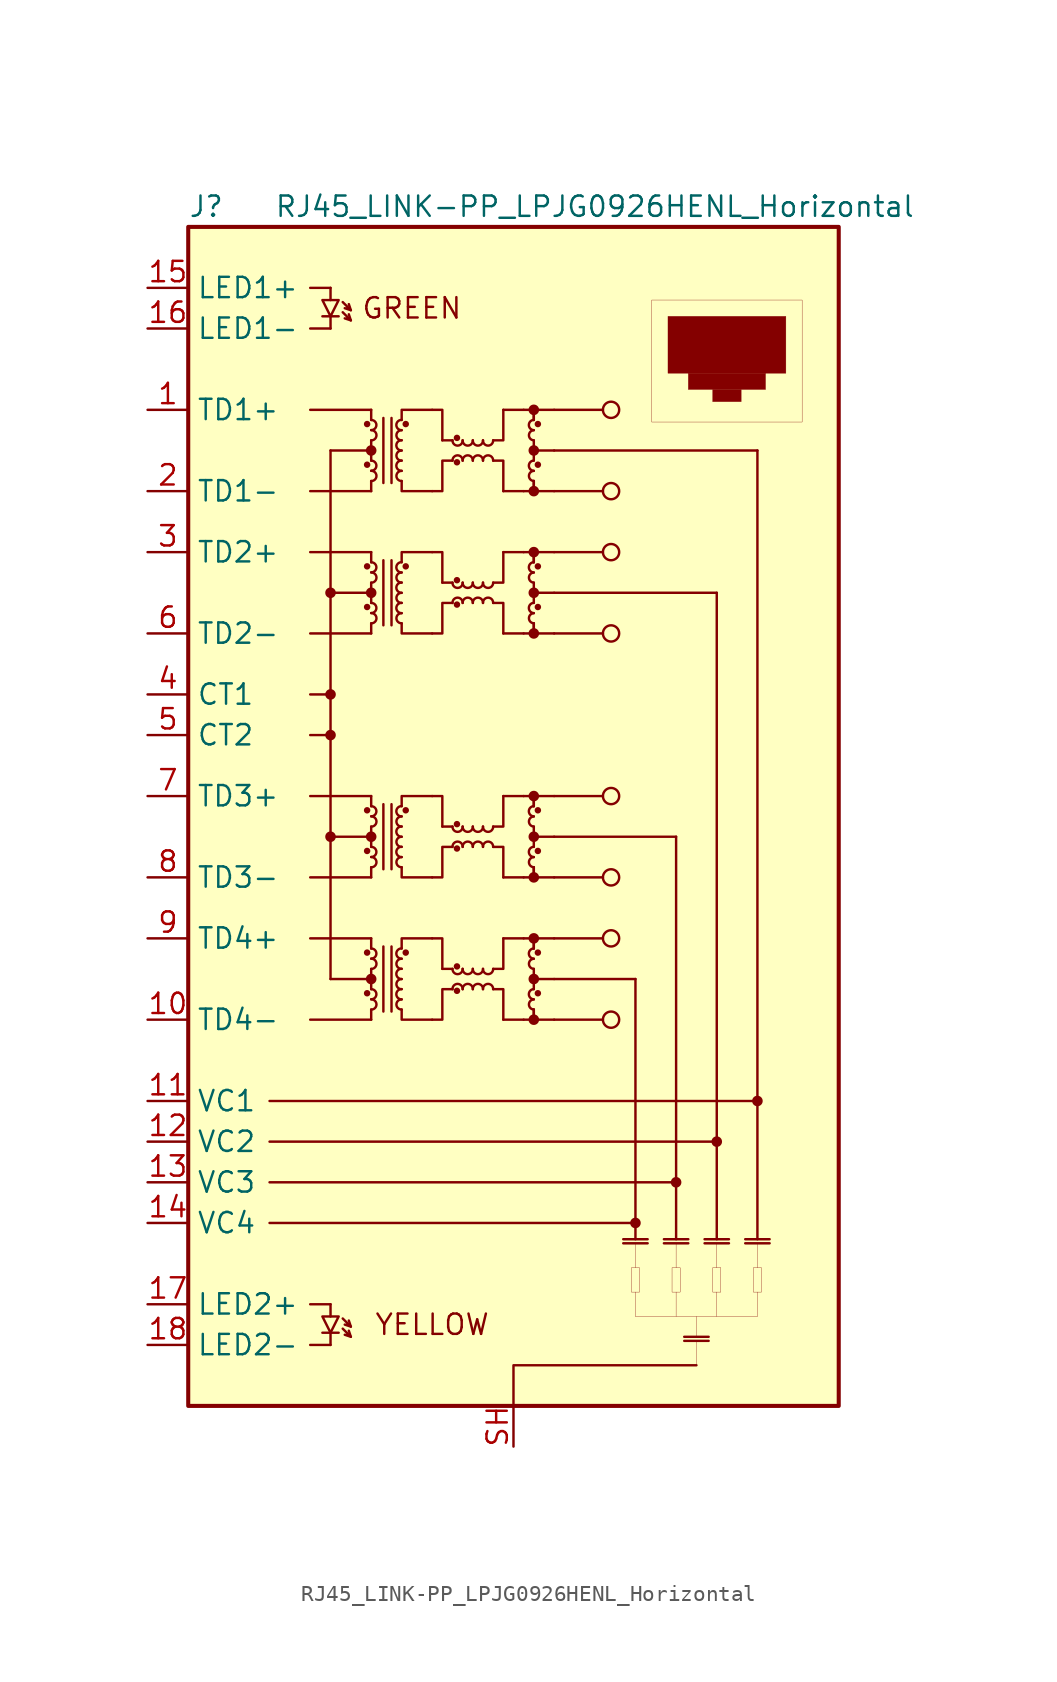
<source format=kicad_sym>
(kicad_symbol_lib
  (version 20201005)
  (generator kicad_symbol_editor)
  (symbol "LightBlue:RJ45_LINK-PP_LPJG0926HENL_Horizontal"
    (property "Reference" "J"
      (at -20.32 38.1 0)
      (effects (font (size 1.27 1.27)) (justify left)))
    (property "Value" "RJ45_LINK-PP_LPJG0926HENL_Horizontal"
      (at 5.08 38.1 0)
      (effects (font (size 1.27 1.27))))
    (symbol "RJ45_LINK-PP_LPJG0926HENL_Horizontal_0_0"
      (text "GREEN" (at -6.35 31.75 0) (effects (font (size 1.27 1.27))))
      (text "YELLOW" (at -5.08 -31.75 0) (effects (font (size 1.27 1.27))))
      (rectangle (start 7.366 -28.194) (end 7.874 -29.718) (stroke (width 0.001)) (fill (type none)))
      (rectangle (start 9.906 -28.194) (end 10.414 -29.718) (stroke (width 0.001)) (fill (type none)))
      (rectangle (start 12.446 -28.194) (end 12.954 -29.718) (stroke (width 0.001)) (fill (type none)))
      (rectangle (start 14.986 -28.194) (end 15.494 -29.718) (stroke (width 0.001)) (fill (type none)))
      (rectangle (start 9.652 31.242) (end 17.018 27.686) (stroke (width 0.001)) (fill (type outline)))
      (rectangle (start 10.922 27.686) (end 15.748 26.67) (stroke (width 0.001)) (fill (type outline)))
      (rectangle (start 12.446 26.67) (end 14.224 25.908) (stroke (width 0.001)) (fill (type outline)))
      (rectangle (start 8.636 32.258) (end 18.034 24.638) (stroke (width 0.001)) (fill (type none)))
      (polyline (pts (xy 7.62 -29.718) (xy 7.62 -31.242)) (stroke (width 0.001)) (fill (type none)))
      (polyline (pts (xy 7.62 -31.242) (xy 15.24 -31.242)) (stroke (width 0.001)) (fill (type none)))
      (polyline (pts (xy 11.43 -32.512) (xy 11.43 -31.242)) (stroke (width 0.001)) (fill (type none)))
      (polyline (pts (xy 10.16 -29.718) (xy 10.16 -31.242)) (stroke (width 0.001)) (fill (type none)))
      (polyline (pts (xy 12.7 -29.718) (xy 12.7 -31.242)) (stroke (width 0.001)) (fill (type none)))
      (polyline (pts (xy 15.24 -29.718) (xy 15.24 -31.242)) (stroke (width 0.001)) (fill (type none)))
      (polyline (pts (xy 15.24 -26.67) (xy 15.24 -28.194)) (stroke (width 0.001)) (fill (type none)))
      (polyline (pts (xy 10.16 -26.67) (xy 10.16 -28.194)) (stroke (width 0.001)) (fill (type none)))
      (polyline (pts (xy 12.7 -26.67) (xy 12.7 -28.194)) (stroke (width 0.001)) (fill (type none)))
      (polyline (pts (xy 7.62 -26.67) (xy 7.62 -28.194)) (stroke (width 0.001)) (fill (type none)))
      (polyline (pts (xy 11.43 -34.29) (xy 11.43 -32.766)) (stroke (width 0.001)) (fill (type none))))
    (symbol "RJ45_LINK-PP_LPJG0926HENL_Horizontal_0_1"
      (arc (start -8.89 -12.065) (end -8.89 -11.43) (radius (at -8.89 -11.7602) (length 0.3048) (angles -89.9 89.9)) (stroke (width 0)) (fill (type none)))
      (arc (start -8.89 -11.43) (end -8.89 -10.795) (radius (at -8.89 -11.1252) (length 0.3048) (angles -89.9 89.9)) (stroke (width 0)) (fill (type none)))
      (arc (start -8.89 -9.525) (end -8.89 -8.89) (radius (at -8.89 -9.2202) (length 0.3048) (angles -89.9 89.9)) (stroke (width 0)) (fill (type none)))
      (arc (start -8.89 -8.89) (end -8.89 -8.255) (radius (at -8.89 -8.5852) (length 0.3048) (angles -89.9 89.9)) (stroke (width 0)) (fill (type none)))
      (arc (start -8.89 -3.175) (end -8.89 -2.54) (radius (at -8.89 -2.8702) (length 0.3048) (angles -89.9 89.9)) (stroke (width 0)) (fill (type none)))
      (arc (start -8.89 -2.54) (end -8.89 -1.905) (radius (at -8.89 -2.2352) (length 0.3048) (angles -89.9 89.9)) (stroke (width 0)) (fill (type none)))
      (arc (start -8.89 -0.635) (end -8.89 0) (radius (at -8.89 -0.3302) (length 0.3048) (angles -89.9 89.9)) (stroke (width 0)) (fill (type none)))
      (arc (start -8.89 0) (end -8.89 0.635) (radius (at -8.89 0.3048) (length 0.3048) (angles -89.9 89.9)) (stroke (width 0)) (fill (type none)))
      (arc (start -8.89 12.065) (end -8.89 12.7) (radius (at -8.89 12.3698) (length 0.3048) (angles -89.9 89.9)) (stroke (width 0)) (fill (type none)))
      (arc (start -8.89 12.7) (end -8.89 13.335) (radius (at -8.89 13.0048) (length 0.3048) (angles -89.9 89.9)) (stroke (width 0)) (fill (type none)))
      (arc (start -8.89 14.605) (end -8.89 15.24) (radius (at -8.89 14.9098) (length 0.3048) (angles -89.9 89.9)) (stroke (width 0)) (fill (type none)))
      (arc (start -8.89 15.24) (end -8.89 15.875) (radius (at -8.89 15.5448) (length 0.3048) (angles -89.9 89.9)) (stroke (width 0)) (fill (type none)))
      (arc (start -8.89 20.955) (end -8.89 21.59) (radius (at -8.89 21.2598) (length 0.3048) (angles -89.9 89.9)) (stroke (width 0)) (fill (type none)))
      (arc (start -8.89 21.59) (end -8.89 22.225) (radius (at -8.89 21.8948) (length 0.3048) (angles -89.9 89.9)) (stroke (width 0)) (fill (type none)))
      (arc (start -8.89 23.495) (end -8.89 24.13) (radius (at -8.89 23.7998) (length 0.3048) (angles -89.9 89.9)) (stroke (width 0)) (fill (type none)))
      (arc (start -8.89 24.13) (end -8.89 24.765) (radius (at -8.89 24.4348) (length 0.3048) (angles -89.9 89.9)) (stroke (width 0)) (fill (type none)))
      (arc (start -6.985 -11.43) (end -6.985 -12.065) (radius (at -6.985 -11.7348) (length 0.3048) (angles 90.1 -90.1)) (stroke (width 0)) (fill (type none)))
      (arc (start -6.985 -10.795) (end -6.985 -11.43) (radius (at -6.985 -11.0998) (length 0.3048) (angles 90.1 -90.1)) (stroke (width 0)) (fill (type none)))
      (arc (start -6.985 -10.16) (end -6.985 -10.795) (radius (at -6.985 -10.4648) (length 0.3048) (angles 90.1 -90.1)) (stroke (width 0)) (fill (type none)))
      (arc (start -6.985 -9.525) (end -6.985 -10.16) (radius (at -6.985 -9.8298) (length 0.3048) (angles 90.1 -90.1)) (stroke (width 0)) (fill (type none)))
      (arc (start -6.985 -8.89) (end -6.985 -9.525) (radius (at -6.985 -9.1948) (length 0.3048) (angles 90.1 -90.1)) (stroke (width 0)) (fill (type none)))
      (arc (start -6.985 -8.255) (end -6.985 -8.89) (radius (at -6.985 -8.5598) (length 0.3048) (angles 90.1 -90.1)) (stroke (width 0)) (fill (type none)))
      (arc (start -6.985 -2.54) (end -6.985 -3.175) (radius (at -6.985 -2.8448) (length 0.3048) (angles 90.1 -90.1)) (stroke (width 0)) (fill (type none)))
      (arc (start -6.985 -1.905) (end -6.985 -2.54) (radius (at -6.985 -2.2098) (length 0.3048) (angles 90.1 -90.1)) (stroke (width 0)) (fill (type none)))
      (arc (start -6.985 -1.27) (end -6.985 -1.905) (radius (at -6.985 -1.5748) (length 0.3048) (angles 90.1 -90.1)) (stroke (width 0)) (fill (type none)))
      (arc (start -6.985 -0.635) (end -6.985 -1.27) (radius (at -6.985 -0.9398) (length 0.3048) (angles 90.1 -90.1)) (stroke (width 0)) (fill (type none)))
      (arc (start -6.985 0) (end -6.985 -0.635) (radius (at -6.985 -0.3048) (length 0.3048) (angles 90.1 -90.1)) (stroke (width 0)) (fill (type none)))
      (arc (start -6.985 0.635) (end -6.985 0) (radius (at -6.985 0.3302) (length 0.3048) (angles 90.1 -90.1)) (stroke (width 0)) (fill (type none)))
      (arc (start -6.985 12.7) (end -6.985 12.065) (radius (at -6.985 12.3952) (length 0.3048) (angles 90.1 -90.1)) (stroke (width 0)) (fill (type none)))
      (arc (start -6.985 13.335) (end -6.985 12.7) (radius (at -6.985 13.0302) (length 0.3048) (angles 90.1 -90.1)) (stroke (width 0)) (fill (type none)))
      (arc (start -6.985 13.97) (end -6.985 13.335) (radius (at -6.985 13.6652) (length 0.3048) (angles 90.1 -90.1)) (stroke (width 0)) (fill (type none)))
      (arc (start -6.985 14.605) (end -6.985 13.97) (radius (at -6.985 14.3002) (length 0.3048) (angles 90.1 -90.1)) (stroke (width 0)) (fill (type none)))
      (arc (start -6.985 15.24) (end -6.985 14.605) (radius (at -6.985 14.9352) (length 0.3048) (angles 90.1 -90.1)) (stroke (width 0)) (fill (type none)))
      (arc (start -6.985 15.875) (end -6.985 15.24) (radius (at -6.985 15.5702) (length 0.3048) (angles 90.1 -90.1)) (stroke (width 0)) (fill (type none)))
      (arc (start -6.985 21.59) (end -6.985 20.955) (radius (at -6.985 21.2852) (length 0.3048) (angles 90.1 -90.1)) (stroke (width 0)) (fill (type none)))
      (arc (start -6.985 22.225) (end -6.985 21.59) (radius (at -6.985 21.9202) (length 0.3048) (angles 90.1 -90.1)) (stroke (width 0)) (fill (type none)))
      (arc (start -6.985 22.86) (end -6.985 22.225) (radius (at -6.985 22.5552) (length 0.3048) (angles 90.1 -90.1)) (stroke (width 0)) (fill (type none)))
      (arc (start -6.985 23.495) (end -6.985 22.86) (radius (at -6.985 23.1902) (length 0.3048) (angles 90.1 -90.1)) (stroke (width 0)) (fill (type none)))
      (arc (start -6.985 24.13) (end -6.985 23.495) (radius (at -6.985 23.8252) (length 0.3048) (angles 90.1 -90.1)) (stroke (width 0)) (fill (type none)))
      (arc (start -6.985 24.765) (end -6.985 24.13) (radius (at -6.985 24.4602) (length 0.3048) (angles 90.1 -90.1)) (stroke (width 0)) (fill (type none)))
      (arc (start -3.81 -9.525) (end -3.175 -9.525) (radius (at -3.5052 -9.525) (length 0.3048) (angles -179.9 -0.1)) (stroke (width 0)) (fill (type none)))
      (arc (start -3.81 -0.635) (end -3.175 -0.635) (radius (at -3.5052 -0.635) (length 0.3048) (angles -179.9 -0.1)) (stroke (width 0)) (fill (type none)))
      (arc (start -3.81 14.605) (end -3.175 14.605) (radius (at -3.5052 14.605) (length 0.3048) (angles -179.9 -0.1)) (stroke (width 0)) (fill (type none)))
      (arc (start -3.81 23.495) (end -3.175 23.495) (radius (at -3.5052 23.495) (length 0.3048) (angles -179.9 -0.1)) (stroke (width 0)) (fill (type none)))
      (arc (start -3.175 -10.795) (end -3.81 -10.795) (radius (at -3.4798 -10.795) (length 0.3048) (angles 0.1 179.9)) (stroke (width 0)) (fill (type none)))
      (arc (start -3.175 -1.905) (end -3.81 -1.905) (radius (at -3.4798 -1.905) (length 0.3048) (angles 0.1 179.9)) (stroke (width 0)) (fill (type none)))
      (arc (start -3.175 13.335) (end -3.81 13.335) (radius (at -3.4798 13.335) (length 0.3048) (angles 0.1 179.9)) (stroke (width 0)) (fill (type none)))
      (arc (start -3.175 22.225) (end -3.81 22.225) (radius (at -3.4798 22.225) (length 0.3048) (angles 0.1 179.9)) (stroke (width 0)) (fill (type none)))
      (arc (start -3.175 -9.525) (end -2.54 -9.525) (radius (at -2.8702 -9.525) (length 0.3048) (angles -179.9 -0.1)) (stroke (width 0)) (fill (type none)))
      (arc (start -3.175 -0.635) (end -2.54 -0.635) (radius (at -2.8702 -0.635) (length 0.3048) (angles -179.9 -0.1)) (stroke (width 0)) (fill (type none)))
      (arc (start -3.175 14.605) (end -2.54 14.605) (radius (at -2.8702 14.605) (length 0.3048) (angles -179.9 -0.1)) (stroke (width 0)) (fill (type none)))
      (arc (start -3.175 23.495) (end -2.54 23.495) (radius (at -2.8702 23.495) (length 0.3048) (angles -179.9 -0.1)) (stroke (width 0)) (fill (type none)))
      (arc (start -2.54 -10.795) (end -3.175 -10.795) (radius (at -2.8448 -10.795) (length 0.3048) (angles 0.1 179.9)) (stroke (width 0)) (fill (type none)))
      (arc (start -2.54 -1.905) (end -3.175 -1.905) (radius (at -2.8448 -1.905) (length 0.3048) (angles 0.1 179.9)) (stroke (width 0)) (fill (type none)))
      (arc (start -2.54 13.335) (end -3.175 13.335) (radius (at -2.8448 13.335) (length 0.3048) (angles 0.1 179.9)) (stroke (width 0)) (fill (type none)))
      (arc (start -2.54 22.225) (end -3.175 22.225) (radius (at -2.8448 22.225) (length 0.3048) (angles 0.1 179.9)) (stroke (width 0)) (fill (type none)))
      (arc (start -2.54 -9.525) (end -1.905 -9.525) (radius (at -2.2352 -9.525) (length 0.3048) (angles -179.9 -0.1)) (stroke (width 0)) (fill (type none)))
      (arc (start -2.54 -0.635) (end -1.905 -0.635) (radius (at -2.2352 -0.635) (length 0.3048) (angles -179.9 -0.1)) (stroke (width 0)) (fill (type none)))
      (arc (start -2.54 14.605) (end -1.905 14.605) (radius (at -2.2352 14.605) (length 0.3048) (angles -179.9 -0.1)) (stroke (width 0)) (fill (type none)))
      (arc (start -2.54 23.495) (end -1.905 23.495) (radius (at -2.2352 23.495) (length 0.3048) (angles -179.9 -0.1)) (stroke (width 0)) (fill (type none)))
      (arc (start -1.905 -10.795) (end -2.54 -10.795) (radius (at -2.2098 -10.795) (length 0.3048) (angles 0.1 179.9)) (stroke (width 0)) (fill (type none)))
      (arc (start -1.905 -1.905) (end -2.54 -1.905) (radius (at -2.2098 -1.905) (length 0.3048) (angles 0.1 179.9)) (stroke (width 0)) (fill (type none)))
      (arc (start -1.905 13.335) (end -2.54 13.335) (radius (at -2.2098 13.335) (length 0.3048) (angles 0.1 179.9)) (stroke (width 0)) (fill (type none)))
      (arc (start -1.905 22.225) (end -2.54 22.225) (radius (at -2.2098 22.225) (length 0.3048) (angles 0.1 179.9)) (stroke (width 0)) (fill (type none)))
      (arc (start -1.905 -9.525) (end -1.27 -9.525) (radius (at -1.6002 -9.525) (length 0.3048) (angles -179.9 -0.1)) (stroke (width 0)) (fill (type none)))
      (arc (start -1.905 -0.635) (end -1.27 -0.635) (radius (at -1.6002 -0.635) (length 0.3048) (angles -179.9 -0.1)) (stroke (width 0)) (fill (type none)))
      (arc (start -1.905 14.605) (end -1.27 14.605) (radius (at -1.6002 14.605) (length 0.3048) (angles -179.9 -0.1)) (stroke (width 0)) (fill (type none)))
      (arc (start -1.905 23.495) (end -1.27 23.495) (radius (at -1.6002 23.495) (length 0.3048) (angles -179.9 -0.1)) (stroke (width 0)) (fill (type none)))
      (arc (start -1.27 -10.795) (end -1.905 -10.795) (radius (at -1.5748 -10.795) (length 0.3048) (angles 0.1 179.9)) (stroke (width 0)) (fill (type none)))
      (arc (start -1.27 -1.905) (end -1.905 -1.905) (radius (at -1.5748 -1.905) (length 0.3048) (angles 0.1 179.9)) (stroke (width 0)) (fill (type none)))
      (arc (start -1.27 13.335) (end -1.905 13.335) (radius (at -1.5748 13.335) (length 0.3048) (angles 0.1 179.9)) (stroke (width 0)) (fill (type none)))
      (arc (start -1.27 22.225) (end -1.905 22.225) (radius (at -1.5748 22.225) (length 0.3048) (angles 0.1 179.9)) (stroke (width 0)) (fill (type none)))
      (arc (start 1.27 -11.43) (end 1.27 -12.065) (radius (at 1.27 -11.7602) (length 0.3048) (angles 90.1 -90.1)) (stroke (width 0)) (fill (type none)))
      (arc (start 1.27 -10.795) (end 1.27 -11.43) (radius (at 1.27 -11.1252) (length 0.3048) (angles 90.1 -90.1)) (stroke (width 0)) (fill (type none)))
      (arc (start 1.27 -8.89) (end 1.27 -9.525) (radius (at 1.27 -9.2202) (length 0.3048) (angles 90.1 -90.1)) (stroke (width 0)) (fill (type none)))
      (arc (start 1.27 -8.255) (end 1.27 -8.89) (radius (at 1.27 -8.5852) (length 0.3048) (angles 90.1 -90.1)) (stroke (width 0)) (fill (type none)))
      (arc (start 1.27 -2.54) (end 1.27 -3.175) (radius (at 1.27 -2.8702) (length 0.3048) (angles 90.1 -90.1)) (stroke (width 0)) (fill (type none)))
      (arc (start 1.27 -1.905) (end 1.27 -2.54) (radius (at 1.27 -2.2352) (length 0.3048) (angles 90.1 -90.1)) (stroke (width 0)) (fill (type none)))
      (arc (start 1.27 0) (end 1.27 -0.635) (radius (at 1.27 -0.3302) (length 0.3048) (angles 90.1 -90.1)) (stroke (width 0)) (fill (type none)))
      (arc (start 1.27 0.635) (end 1.27 0) (radius (at 1.27 0.3048) (length 0.3048) (angles 90.1 -90.1)) (stroke (width 0)) (fill (type none)))
      (arc (start 1.27 12.7) (end 1.27 12.065) (radius (at 1.27 12.3698) (length 0.3048) (angles 90.1 -90.1)) (stroke (width 0)) (fill (type none)))
      (arc (start 1.27 13.335) (end 1.27 12.7) (radius (at 1.27 13.0048) (length 0.3048) (angles 90.1 -90.1)) (stroke (width 0)) (fill (type none)))
      (arc (start 1.27 15.24) (end 1.27 14.605) (radius (at 1.27 14.9098) (length 0.3048) (angles 90.1 -90.1)) (stroke (width 0)) (fill (type none)))
      (arc (start 1.27 15.875) (end 1.27 15.24) (radius (at 1.27 15.5448) (length 0.3048) (angles 90.1 -90.1)) (stroke (width 0)) (fill (type none)))
      (arc (start 1.27 21.59) (end 1.27 20.955) (radius (at 1.27 21.2598) (length 0.3048) (angles 90.1 -90.1)) (stroke (width 0)) (fill (type none)))
      (arc (start 1.27 22.225) (end 1.27 21.59) (radius (at 1.27 21.8948) (length 0.3048) (angles 90.1 -90.1)) (stroke (width 0)) (fill (type none)))
      (arc (start 1.27 24.13) (end 1.27 23.495) (radius (at 1.27 23.7998) (length 0.3048) (angles 90.1 -90.1)) (stroke (width 0)) (fill (type none)))
      (arc (start 1.27 24.765) (end 1.27 24.13) (radius (at 1.27 24.4348) (length 0.3048) (angles 90.1 -90.1)) (stroke (width 0)) (fill (type none)))
      (circle (center -9.144 -11.049) (radius 0.127) (stroke (width 0)) (fill (type outline)))
      (circle (center -9.144 -8.509) (radius 0.127) (stroke (width 0)) (fill (type outline)))
      (circle (center -9.144 -2.159) (radius 0.127) (stroke (width 0)) (fill (type outline)))
      (circle (center -9.144 0.381) (radius 0.127) (stroke (width 0)) (fill (type outline)))
      (circle (center -9.144 13.081) (radius 0.127) (stroke (width 0)) (fill (type outline)))
      (circle (center -9.144 15.621) (radius 0.127) (stroke (width 0)) (fill (type outline)))
      (circle (center -9.144 21.971) (radius 0.127) (stroke (width 0)) (fill (type outline)))
      (circle (center -9.144 24.511) (radius 0.127) (stroke (width 0)) (fill (type outline)))
      (circle (center -8.89 -10.16) (radius 0.254) (stroke (width 0)) (fill (type outline)))
      (circle (center -8.89 -1.27) (radius 0.254) (stroke (width 0)) (fill (type outline)))
      (circle (center -8.89 13.97) (radius 0.254) (stroke (width 0)) (fill (type outline)))
      (circle (center -8.89 22.86) (radius 0.254) (stroke (width 0)) (fill (type outline)))
      (circle (center -6.731 -8.509) (radius 0.127) (stroke (width 0)) (fill (type outline)))
      (circle (center -6.731 0.381) (radius 0.127) (stroke (width 0)) (fill (type outline)))
      (circle (center -6.731 15.621) (radius 0.127) (stroke (width 0)) (fill (type outline)))
      (circle (center -6.731 24.511) (radius 0.127) (stroke (width 0)) (fill (type outline)))
      (circle (center -3.531 -10.897) (radius 0.127) (stroke (width 0)) (fill (type outline)))
      (circle (center -3.531 -9.373) (radius 0.127) (stroke (width 0)) (fill (type outline)))
      (circle (center -3.531 -2.007) (radius 0.127) (stroke (width 0)) (fill (type outline)))
      (circle (center -3.531 -0.483) (radius 0.127) (stroke (width 0)) (fill (type outline)))
      (circle (center -3.531 13.233) (radius 0.127) (stroke (width 0)) (fill (type outline)))
      (circle (center -3.531 14.757) (radius 0.127) (stroke (width 0)) (fill (type outline)))
      (circle (center -3.531 22.123) (radius 0.127) (stroke (width 0)) (fill (type outline)))
      (circle (center -3.531 23.647) (radius 0.127) (stroke (width 0)) (fill (type outline)))
      (circle (center 1.27 -12.7) (radius 0.254) (stroke (width 0)) (fill (type outline)))
      (circle (center 1.27 -10.16) (radius 0.254) (stroke (width 0)) (fill (type outline)))
      (circle (center 1.27 -7.62) (radius 0.254) (stroke (width 0)) (fill (type outline)))
      (circle (center 1.27 -3.81) (radius 0.254) (stroke (width 0)) (fill (type outline)))
      (circle (center 1.27 -1.27) (radius 0.254) (stroke (width 0)) (fill (type outline)))
      (circle (center 1.27 1.27) (radius 0.254) (stroke (width 0)) (fill (type outline)))
      (circle (center 1.27 11.43) (radius 0.254) (stroke (width 0)) (fill (type outline)))
      (circle (center 1.27 13.97) (radius 0.254) (stroke (width 0)) (fill (type outline)))
      (circle (center 1.27 16.51) (radius 0.254) (stroke (width 0)) (fill (type outline)))
      (circle (center 1.27 20.32) (radius 0.254) (stroke (width 0)) (fill (type outline)))
      (circle (center 1.27 22.86) (radius 0.254) (stroke (width 0)) (fill (type outline)))
      (circle (center 1.27 25.4) (radius 0.254) (stroke (width 0)) (fill (type outline)))
      (circle (center 1.524 -11.049) (radius 0.127) (stroke (width 0)) (fill (type outline)))
      (circle (center 1.524 -8.509) (radius 0.127) (stroke (width 0)) (fill (type outline)))
      (circle (center 1.524 -2.159) (radius 0.127) (stroke (width 0)) (fill (type outline)))
      (circle (center 1.524 0.381) (radius 0.127) (stroke (width 0)) (fill (type outline)))
      (circle (center 1.524 13.081) (radius 0.127) (stroke (width 0)) (fill (type outline)))
      (circle (center 1.524 15.621) (radius 0.127) (stroke (width 0)) (fill (type outline)))
      (circle (center 1.524 21.971) (radius 0.127) (stroke (width 0)) (fill (type outline)))
      (circle (center 1.524 24.511) (radius 0.127) (stroke (width 0)) (fill (type outline)))
      (circle (center 6.096 -12.7) (radius 0.508) (stroke (width 0)) (fill (type none)))
      (circle (center 6.096 -7.62) (radius 0.508) (stroke (width 0)) (fill (type none)))
      (circle (center 6.096 -3.81) (radius 0.508) (stroke (width 0)) (fill (type none)))
      (circle (center 6.096 1.27) (radius 0.508) (stroke (width 0)) (fill (type none)))
      (circle (center 6.096 11.43) (radius 0.508) (stroke (width 0)) (fill (type none)))
      (circle (center 6.096 16.51) (radius 0.508) (stroke (width 0)) (fill (type none)))
      (circle (center 6.096 20.32) (radius 0.508) (stroke (width 0)) (fill (type none)))
      (circle (center 6.096 25.4) (radius 0.508) (stroke (width 0)) (fill (type none)))
      (circle (center 7.62 -25.4) (radius 0.254) (stroke (width 0)) (fill (type outline)))
      (circle (center 10.16 -22.86) (radius 0.254) (stroke (width 0)) (fill (type outline)))
      (circle (center 12.7 -20.32) (radius 0.254) (stroke (width 0)) (fill (type outline)))
      (circle (center 15.24 -17.78) (radius 0.254) (stroke (width 0)) (fill (type outline)))
      (circle (center -11.43 -1.27) (radius 0.254) (stroke (width 0)) (fill (type outline)))
      (circle (center -11.43 13.97) (radius 0.254) (stroke (width 0)) (fill (type outline)))
      (circle (center -11.43 7.62) (radius 0.254) (stroke (width 0)) (fill (type outline)))
      (circle (center -11.43 5.08) (radius 0.254) (stroke (width 0)) (fill (type outline)))
      (rectangle (start -20.32 36.83) (end 20.32 -36.83) (stroke (width 0.254)) (fill (type background)))
      (polyline (pts (xy -12.7 -12.7) (xy -8.89 -12.7)) (stroke (width 0)) (fill (type none)))
      (polyline (pts (xy -12.7 5.08) (xy -11.43 5.08)) (stroke (width 0)) (fill (type none)))
      (polyline (pts (xy -12.7 -7.62) (xy -8.89 -7.62)) (stroke (width 0)) (fill (type none)))
      (polyline (pts (xy -12.7 -3.81) (xy -8.89 -3.81)) (stroke (width 0)) (fill (type none)))
      (polyline (pts (xy -12.7 7.62) (xy -11.43 7.62)) (stroke (width 0)) (fill (type none)))
      (polyline (pts (xy -12.7 1.27) (xy -8.89 1.27)) (stroke (width 0)) (fill (type none)))
      (polyline (pts (xy -12.7 11.43) (xy -8.89 11.43)) (stroke (width 0)) (fill (type none)))
      (polyline (pts (xy -12.7 16.51) (xy -8.89 16.51)) (stroke (width 0)) (fill (type none)))
      (polyline (pts (xy -12.7 20.32) (xy -8.89 20.32)) (stroke (width 0)) (fill (type none)))
      (polyline (pts (xy -12.7 25.4) (xy -8.89 25.4)) (stroke (width 0)) (fill (type none)))
      (polyline (pts (xy -11.43 -10.16) (xy -8.89 -10.16)) (stroke (width 0)) (fill (type none)))
      (polyline (pts (xy -11.43 -1.27) (xy -8.89 -1.27)) (stroke (width 0)) (fill (type none)))
      (polyline (pts (xy -11.43 13.97) (xy -8.89 13.97)) (stroke (width 0)) (fill (type none)))
      (polyline (pts (xy -11.43 22.86) (xy -8.89 22.86)) (stroke (width 0)) (fill (type none)))
      (polyline (pts (xy -8.89 -12.7) (xy -8.89 -12.065)) (stroke (width 0)) (fill (type none)))
      (polyline (pts (xy -8.89 -10.16) (xy -8.89 -10.795)) (stroke (width 0)) (fill (type none)))
      (polyline (pts (xy -8.89 -10.16) (xy -8.89 -9.525)) (stroke (width 0)) (fill (type none)))
      (polyline (pts (xy -8.89 -7.62) (xy -8.89 -8.255)) (stroke (width 0)) (fill (type none)))
      (polyline (pts (xy -8.89 -3.81) (xy -8.89 -3.175)) (stroke (width 0)) (fill (type none)))
      (polyline (pts (xy -8.89 -1.27) (xy -8.89 -1.905)) (stroke (width 0)) (fill (type none)))
      (polyline (pts (xy -8.89 -1.27) (xy -8.89 -0.635)) (stroke (width 0)) (fill (type none)))
      (polyline (pts (xy -8.89 1.27) (xy -8.89 0.635)) (stroke (width 0)) (fill (type none)))
      (polyline (pts (xy -8.89 11.43) (xy -8.89 12.065)) (stroke (width 0)) (fill (type none)))
      (polyline (pts (xy -8.89 13.97) (xy -8.89 13.335)) (stroke (width 0)) (fill (type none)))
      (polyline (pts (xy -8.89 13.97) (xy -8.89 14.605)) (stroke (width 0)) (fill (type none)))
      (polyline (pts (xy -8.89 16.51) (xy -8.89 15.875)) (stroke (width 0)) (fill (type none)))
      (polyline (pts (xy -8.89 20.32) (xy -8.89 20.955)) (stroke (width 0)) (fill (type none)))
      (polyline (pts (xy -8.89 22.86) (xy -8.89 22.225)) (stroke (width 0)) (fill (type none)))
      (polyline (pts (xy -8.89 22.86) (xy -8.89 23.495)) (stroke (width 0)) (fill (type none)))
      (polyline (pts (xy -8.89 25.4) (xy -8.89 24.765)) (stroke (width 0)) (fill (type none)))
      (polyline (pts (xy -8.128 -12.192) (xy -8.128 -8.128)) (stroke (width 0)) (fill (type none)))
      (polyline (pts (xy -8.128 -3.302) (xy -8.128 0.762)) (stroke (width 0)) (fill (type none)))
      (polyline (pts (xy -8.128 11.938) (xy -8.128 16.002)) (stroke (width 0)) (fill (type none)))
      (polyline (pts (xy -8.128 20.828) (xy -8.128 24.892)) (stroke (width 0)) (fill (type none)))
      (polyline (pts (xy -7.62 -12.192) (xy -7.62 -8.128)) (stroke (width 0)) (fill (type none)))
      (polyline (pts (xy -7.62 -3.302) (xy -7.62 0.762)) (stroke (width 0)) (fill (type none)))
      (polyline (pts (xy -7.62 11.938) (xy -7.62 16.002)) (stroke (width 0)) (fill (type none)))
      (polyline (pts (xy -7.62 20.828) (xy -7.62 24.892)) (stroke (width 0)) (fill (type none)))
      (polyline (pts (xy -4.445 -9.525) (xy -3.81 -9.525)) (stroke (width 0)) (fill (type none)))
      (polyline (pts (xy -4.445 -0.635) (xy -3.81 -0.635)) (stroke (width 0)) (fill (type none)))
      (polyline (pts (xy -4.445 14.605) (xy -3.81 14.605)) (stroke (width 0)) (fill (type none)))
      (polyline (pts (xy -4.445 23.495) (xy -3.81 23.495)) (stroke (width 0)) (fill (type none)))
      (polyline (pts (xy -0.635 -12.7) (xy 0.635 -12.7)) (stroke (width 0)) (fill (type none)))
      (polyline (pts (xy -0.635 -7.62) (xy 0.635 -7.62)) (stroke (width 0)) (fill (type none)))
      (polyline (pts (xy -0.635 -3.81) (xy 0.635 -3.81)) (stroke (width 0)) (fill (type none)))
      (polyline (pts (xy -0.635 1.27) (xy 0.635 1.27)) (stroke (width 0)) (fill (type none)))
      (polyline (pts (xy -0.635 11.43) (xy 0.635 11.43)) (stroke (width 0)) (fill (type none)))
      (polyline (pts (xy -0.635 16.51) (xy 0.635 16.51)) (stroke (width 0)) (fill (type none)))
      (polyline (pts (xy -0.635 20.32) (xy 0.635 20.32)) (stroke (width 0)) (fill (type none)))
      (polyline (pts (xy -0.635 25.4) (xy 0.635 25.4)) (stroke (width 0)) (fill (type none)))
      (polyline (pts (xy 1.27 -12.7) (xy 1.27 -12.065)) (stroke (width 0)) (fill (type none)))
      (polyline (pts (xy 1.27 -10.16) (xy 1.27 -10.795)) (stroke (width 0)) (fill (type none)))
      (polyline (pts (xy 1.27 -10.16) (xy 1.27 -9.525)) (stroke (width 0)) (fill (type none)))
      (polyline (pts (xy 1.27 -7.62) (xy 1.27 -8.255)) (stroke (width 0)) (fill (type none)))
      (polyline (pts (xy 1.27 -3.81) (xy 1.27 -3.175)) (stroke (width 0)) (fill (type none)))
      (polyline (pts (xy 1.27 -1.27) (xy 1.27 -1.905)) (stroke (width 0)) (fill (type none)))
      (polyline (pts (xy 1.27 -1.27) (xy 1.27 -0.635)) (stroke (width 0)) (fill (type none)))
      (polyline (pts (xy 1.27 1.27) (xy 1.27 0.635)) (stroke (width 0)) (fill (type none)))
      (polyline (pts (xy 1.27 11.43) (xy 1.27 12.065)) (stroke (width 0)) (fill (type none)))
      (polyline (pts (xy 1.27 13.97) (xy 1.27 13.335)) (stroke (width 0)) (fill (type none)))
      (polyline (pts (xy 1.27 13.97) (xy 1.27 14.605)) (stroke (width 0)) (fill (type none)))
      (polyline (pts (xy 1.27 16.51) (xy 1.27 15.875)) (stroke (width 0)) (fill (type none)))
      (polyline (pts (xy 1.27 20.32) (xy 1.27 20.955)) (stroke (width 0)) (fill (type none)))
      (polyline (pts (xy 1.27 22.86) (xy 1.27 22.225)) (stroke (width 0)) (fill (type none)))
      (polyline (pts (xy 1.27 22.86) (xy 1.27 23.495)) (stroke (width 0)) (fill (type none)))
      (polyline (pts (xy 1.27 25.4) (xy 1.27 24.765)) (stroke (width 0)) (fill (type none)))
      (polyline (pts (xy 8.382 -26.416) (xy 6.858 -26.416)) (stroke (width 0)) (fill (type none)))
      (polyline (pts (xy 2.54 -12.7) (xy 1.27 -12.7)) (stroke (width 0)) (fill (type none)))
      (polyline (pts (xy 2.54 -12.7) (xy 5.588 -12.7)) (stroke (width 0)) (fill (type none)))
      (polyline (pts (xy 2.54 -10.16) (xy 1.27 -10.16)) (stroke (width 0)) (fill (type none)))
      (polyline (pts (xy 2.54 -7.62) (xy 1.27 -7.62)) (stroke (width 0)) (fill (type none)))
      (polyline (pts (xy 2.54 -7.62) (xy 5.588 -7.62)) (stroke (width 0)) (fill (type none)))
      (polyline (pts (xy 2.54 -3.81) (xy 1.27 -3.81)) (stroke (width 0)) (fill (type none)))
      (polyline (pts (xy 2.54 -3.81) (xy 5.588 -3.81)) (stroke (width 0)) (fill (type none)))
      (polyline (pts (xy 2.54 -1.27) (xy 1.27 -1.27)) (stroke (width 0)) (fill (type none)))
      (polyline (pts (xy 2.54 1.27) (xy 1.27 1.27)) (stroke (width 0)) (fill (type none)))
      (polyline (pts (xy 2.54 1.27) (xy 5.588 1.27)) (stroke (width 0)) (fill (type none)))
      (polyline (pts (xy 2.54 11.43) (xy 1.27 11.43)) (stroke (width 0)) (fill (type none)))
      (polyline (pts (xy 2.54 11.43) (xy 5.588 11.43)) (stroke (width 0)) (fill (type none)))
      (polyline (pts (xy 2.54 13.97) (xy 1.27 13.97)) (stroke (width 0)) (fill (type none)))
      (polyline (pts (xy 2.54 16.51) (xy 1.27 16.51)) (stroke (width 0)) (fill (type none)))
      (polyline (pts (xy 2.54 16.51) (xy 5.588 16.51)) (stroke (width 0)) (fill (type none)))
      (polyline (pts (xy 2.54 20.32) (xy 1.27 20.32)) (stroke (width 0)) (fill (type none)))
      (polyline (pts (xy 2.54 20.32) (xy 5.588 20.32)) (stroke (width 0)) (fill (type none)))
      (polyline (pts (xy 2.54 22.86) (xy 1.27 22.86)) (stroke (width 0)) (fill (type none)))
      (polyline (pts (xy 2.54 25.4) (xy 1.27 25.4)) (stroke (width 0)) (fill (type none)))
      (polyline (pts (xy 2.54 25.4) (xy 5.588 25.4)) (stroke (width 0)) (fill (type none)))
      (polyline (pts (xy 2.54 -10.16) (xy 7.62 -10.16)) (stroke (width 0)) (fill (type none)))
      (polyline (pts (xy 2.54 -1.27) (xy 10.16 -1.27)) (stroke (width 0)) (fill (type none)))
      (polyline (pts (xy 2.54 13.97) (xy 12.7 13.97)) (stroke (width 0)) (fill (type none)))
      (polyline (pts (xy 7.62 -26.416) (xy 7.62 -10.16)) (stroke (width 0)) (fill (type none)))
      (polyline (pts (xy 15.24 22.86) (xy 2.54 22.86)) (stroke (width 0)) (fill (type none)))
      (polyline (pts (xy -6.985 -12.065) (xy -6.985 -12.7) (xy -5.08 -12.7)) (stroke (width 0)) (fill (type none)))
      (polyline (pts (xy -6.985 -8.255) (xy -6.985 -7.62) (xy -5.08 -7.62)) (stroke (width 0)) (fill (type none)))
      (polyline (pts (xy -6.985 -3.175) (xy -6.985 -3.81) (xy -5.08 -3.81)) (stroke (width 0)) (fill (type none)))
      (polyline (pts (xy -6.985 0.635) (xy -6.985 1.27) (xy -5.08 1.27)) (stroke (width 0)) (fill (type none)))
      (polyline (pts (xy -6.985 12.065) (xy -6.985 11.43) (xy -5.08 11.43)) (stroke (width 0)) (fill (type none)))
      (polyline (pts (xy -6.985 15.875) (xy -6.985 16.51) (xy -5.08 16.51)) (stroke (width 0)) (fill (type none)))
      (polyline (pts (xy -6.985 20.955) (xy -6.985 20.32) (xy -5.08 20.32)) (stroke (width 0)) (fill (type none)))
      (polyline (pts (xy -6.985 24.765) (xy -6.985 25.4) (xy -5.08 25.4)) (stroke (width 0)) (fill (type none)))
      (polyline (pts (xy -5.08 -7.62) (xy -4.445 -7.62) (xy -4.445 -9.525)) (stroke (width 0)) (fill (type none)))
      (polyline (pts (xy -5.08 1.27) (xy -4.445 1.27) (xy -4.445 -0.635)) (stroke (width 0)) (fill (type none)))
      (polyline (pts (xy -5.08 16.51) (xy -4.445 16.51) (xy -4.445 14.605)) (stroke (width 0)) (fill (type none)))
      (polyline (pts (xy -5.08 25.4) (xy -4.445 25.4) (xy -4.445 23.495)) (stroke (width 0)) (fill (type none)))
      (polyline (pts (xy -1.27 -10.795) (xy -0.635 -10.795) (xy -0.635 -12.7)) (stroke (width 0)) (fill (type none)))
      (polyline (pts (xy -1.27 -9.525) (xy -0.635 -9.525) (xy -0.635 -7.62)) (stroke (width 0)) (fill (type none)))
      (polyline (pts (xy -1.27 -1.905) (xy -0.635 -1.905) (xy -0.635 -3.81)) (stroke (width 0)) (fill (type none)))
      (polyline (pts (xy -1.27 -0.635) (xy -0.635 -0.635) (xy -0.635 1.27)) (stroke (width 0)) (fill (type none)))
      (polyline (pts (xy -1.27 13.335) (xy -0.635 13.335) (xy -0.635 11.43)) (stroke (width 0)) (fill (type none)))
      (polyline (pts (xy -1.27 14.605) (xy -0.635 14.605) (xy -0.635 16.51)) (stroke (width 0)) (fill (type none)))
      (polyline (pts (xy -1.27 22.225) (xy -0.635 22.225) (xy -0.635 20.32)) (stroke (width 0)) (fill (type none)))
      (polyline (pts (xy -1.27 23.495) (xy -0.635 23.495) (xy -0.635 25.4)) (stroke (width 0)) (fill (type none)))
      (polyline (pts (xy 0.635 -12.7) (xy 1.27 -12.7) (xy 1.27 -12.065)) (stroke (width 0)) (fill (type none)))
      (polyline (pts (xy 0.635 -7.62) (xy 1.27 -7.62) (xy 1.27 -8.255)) (stroke (width 0)) (fill (type none)))
      (polyline (pts (xy 0.635 -3.81) (xy 1.27 -3.81) (xy 1.27 -3.175)) (stroke (width 0)) (fill (type none)))
      (polyline (pts (xy 0.635 1.27) (xy 1.27 1.27) (xy 1.27 0.635)) (stroke (width 0)) (fill (type none)))
      (polyline (pts (xy 0.635 11.43) (xy 1.27 11.43) (xy 1.27 12.065)) (stroke (width 0)) (fill (type none)))
      (polyline (pts (xy 0.635 16.51) (xy 1.27 16.51) (xy 1.27 15.875)) (stroke (width 0)) (fill (type none)))
      (polyline (pts (xy 0.635 20.32) (xy 1.27 20.32) (xy 1.27 20.955)) (stroke (width 0)) (fill (type none)))
      (polyline (pts (xy 0.635 25.4) (xy 1.27 25.4) (xy 1.27 24.765)) (stroke (width 0)) (fill (type none)))
      (polyline (pts (xy 11.43 -34.29) (xy 0 -34.29) (xy 0 -36.83)) (stroke (width 0)) (fill (type none)))
      (polyline (pts (xy -5.08 -12.7) (xy -4.445 -12.7) (xy -4.445 -10.795) (xy -3.81 -10.795)) (stroke (width 0)) (fill (type none)))
      (polyline (pts (xy -5.08 -3.81) (xy -4.445 -3.81) (xy -4.445 -1.905) (xy -3.81 -1.905)) (stroke (width 0)) (fill (type none)))
      (polyline (pts (xy -5.08 11.43) (xy -4.445 11.43) (xy -4.445 13.335) (xy -3.81 13.335)) (stroke (width 0)) (fill (type none)))
      (polyline (pts (xy -5.08 20.32) (xy -4.445 20.32) (xy -4.445 22.225) (xy -3.81 22.225)) (stroke (width 0)) (fill (type none)))
      (polyline (pts (xy 8.382 -26.67) (xy 6.858 -26.67)) (stroke (width 0)) (fill (type none)))
      (polyline (pts (xy 10.16 -26.416) (xy 10.16 -1.27)) (stroke (width 0)) (fill (type none)))
      (polyline (pts (xy 12.7 -26.416) (xy 12.7 13.97)) (stroke (width 0)) (fill (type none)))
      (polyline (pts (xy 15.24 -26.416) (xy 15.24 22.86)) (stroke (width 0)) (fill (type none)))
      (polyline (pts (xy 10.922 -26.416) (xy 9.398 -26.416)) (stroke (width 0)) (fill (type none)))
      (polyline (pts (xy 10.922 -26.67) (xy 9.398 -26.67)) (stroke (width 0)) (fill (type none)))
      (polyline (pts (xy 13.462 -26.416) (xy 11.938 -26.416)) (stroke (width 0)) (fill (type none)))
      (polyline (pts (xy 13.462 -26.67) (xy 11.938 -26.67)) (stroke (width 0)) (fill (type none)))
      (polyline (pts (xy 16.002 -26.416) (xy 14.478 -26.416)) (stroke (width 0)) (fill (type none)))
      (polyline (pts (xy 16.002 -26.67) (xy 14.478 -26.67)) (stroke (width 0)) (fill (type none)))
      (polyline (pts (xy -15.24 -17.78) (xy 15.24 -17.78)) (stroke (width 0)) (fill (type none)))
      (polyline (pts (xy -15.24 -20.32) (xy 12.7 -20.32)) (stroke (width 0)) (fill (type none)))
      (polyline (pts (xy -15.24 -22.86) (xy 10.16 -22.86)) (stroke (width 0)) (fill (type none)))
      (polyline (pts (xy -15.24 -25.4) (xy 7.62 -25.4)) (stroke (width 0)) (fill (type none)))
      (polyline (pts (xy 12.192 -32.766) (xy 10.668 -32.766)) (stroke (width 0)) (fill (type none)))
      (polyline (pts (xy 12.192 -32.512) (xy 10.668 -32.512)) (stroke (width 0)) (fill (type none)))
      (polyline (pts (xy -11.43 -10.16) (xy -11.43 22.86)) (stroke (width 0)) (fill (type none))))
    (symbol "RJ45_LINK-PP_LPJG0926HENL_Horizontal_1_1"
      (polyline (pts (xy -12.7 -33.02) (xy -11.43 -33.02)) (stroke (width 0)) (fill (type none)))
      (polyline (pts (xy -12.7 -30.48) (xy -11.43 -30.48)) (stroke (width 0)) (fill (type none)))
      (polyline (pts (xy -12.7 30.48) (xy -11.43 30.48)) (stroke (width 0)) (fill (type none)))
      (polyline (pts (xy -12.7 33.02) (xy -11.43 33.02)) (stroke (width 0)) (fill (type none)))
      (polyline (pts (xy -11.938 -32.258) (xy -10.922 -32.258)) (stroke (width 0)) (fill (type none)))
      (polyline (pts (xy -11.938 31.242) (xy -10.922 31.242)) (stroke (width 0)) (fill (type none)))
      (polyline (pts (xy -11.43 -33.02) (xy -11.43 -32.258)) (stroke (width 0)) (fill (type none)))
      (polyline (pts (xy -11.43 -30.48) (xy -11.43 -31.242)) (stroke (width 0)) (fill (type none)))
      (polyline (pts (xy -11.43 30.48) (xy -11.43 31.242)) (stroke (width 0)) (fill (type none)))
      (polyline (pts (xy -11.43 33.02) (xy -11.43 32.258)) (stroke (width 0)) (fill (type none)))
      (polyline (pts (xy -10.16 -32.512) (xy -10.287 -32.131)) (stroke (width 0)) (fill (type none)))
      (polyline (pts (xy -10.16 -31.877) (xy -10.287 -31.496)) (stroke (width 0)) (fill (type none)))
      (polyline (pts (xy -10.16 30.988) (xy -10.287 31.369)) (stroke (width 0)) (fill (type none)))
      (polyline (pts (xy -10.16 31.623) (xy -10.287 32.004)) (stroke (width 0)) (fill (type none)))
      (polyline (pts (xy -10.668 -32.004) (xy -10.16 -32.512) (xy -10.541 -32.385)) (stroke (width 0)) (fill (type none)))
      (polyline (pts (xy -10.668 -31.369) (xy -10.16 -31.877) (xy -10.541 -31.75)) (stroke (width 0)) (fill (type none)))
      (polyline (pts (xy -10.668 31.496) (xy -10.16 30.988) (xy -10.541 31.115)) (stroke (width 0)) (fill (type none)))
      (polyline (pts (xy -10.668 32.131) (xy -10.16 31.623) (xy -10.541 31.75)) (stroke (width 0)) (fill (type none)))
      (polyline (pts (xy -11.43 -32.258) (xy -11.938 -31.242) (xy -10.922 -31.242) (xy -11.43 -32.258)) (stroke (width 0)) (fill (type none)))
      (polyline (pts (xy -11.43 31.242) (xy -11.938 32.258) (xy -10.922 32.258) (xy -11.43 31.242)) (stroke (width 0)) (fill (type none)))
      (pin passive line (at -22.86 7.62 0) (length 2.54) (name "CT1" (effects (font (size 1.27 1.27)))) (number "4" (effects (font (size 1.27 1.27)))))
      (pin passive line (at -22.86 20.32 0) (length 2.54) (name "TD1-" (effects (font (size 1.27 1.27)))) (number "2" (effects (font (size 1.27 1.27)))))
      (pin passive line (at -22.86 25.4 0) (length 2.54) (name "TD1+" (effects (font (size 1.27 1.27)))) (number "1" (effects (font (size 1.27 1.27)))))
      (pin passive line (at -22.86 -33.02 0) (length 2.54) (name "LED2-" (effects (font (size 1.27 1.27)))) (number "18" (effects (font (size 1.27 1.27)))))
      (pin passive line (at -22.86 -30.48 0) (length 2.54) (name "LED2+" (effects (font (size 1.27 1.27)))) (number "17" (effects (font (size 1.27 1.27)))))
      (pin passive line (at -22.86 30.48 0) (length 2.54) (name "LED1-" (effects (font (size 1.27 1.27)))) (number "16" (effects (font (size 1.27 1.27)))))
      (pin passive line (at -22.86 33.02 0) (length 2.54) (name "LED1+" (effects (font (size 1.27 1.27)))) (number "15" (effects (font (size 1.27 1.27)))))
      (pin passive line (at -22.86 -3.81 0) (length 2.54) (name "TD3-" (effects (font (size 1.27 1.27)))) (number "8" (effects (font (size 1.27 1.27)))))
      (pin passive line (at -22.86 1.27 0) (length 2.54) (name "TD3+" (effects (font (size 1.27 1.27)))) (number "7" (effects (font (size 1.27 1.27)))))
      (pin passive line (at -22.86 16.51 0) (length 2.54) (name "TD2+" (effects (font (size 1.27 1.27)))) (number "3" (effects (font (size 1.27 1.27)))))
      (pin passive line (at -22.86 11.43 0) (length 2.54) (name "TD2-" (effects (font (size 1.27 1.27)))) (number "6" (effects (font (size 1.27 1.27)))))
      (pin passive line (at -22.86 5.08 0) (length 2.54) (name "CT2" (effects (font (size 1.27 1.27)))) (number "5" (effects (font (size 1.27 1.27)))))
      (pin passive line (at -22.86 -7.62 0) (length 2.54) (name "TD4+" (effects (font (size 1.27 1.27)))) (number "9" (effects (font (size 1.27 1.27)))))
      (pin passive line (at -22.86 -12.7 0) (length 2.54) (name "TD4-" (effects (font (size 1.27 1.27)))) (number "10" (effects (font (size 1.27 1.27)))))
      (pin passive line (at 0 -39.37 90) (length 2.54) (name "~" (effects (font (size 1.27 1.27)))) (number "SH" (effects (font (size 1.27 1.27)))))
      (pin passive line (at -22.86 -17.78 0) (length 2.54) (name "VC1" (effects (font (size 1.27 1.27)))) (number "11" (effects (font (size 1.27 1.27)))))
      (pin passive line (at -22.86 -20.32 0) (length 2.54) (name "VC2" (effects (font (size 1.27 1.27)))) (number "12" (effects (font (size 1.27 1.27)))))
      (pin passive line (at -22.86 -22.86 0) (length 2.54) (name "VC3" (effects (font (size 1.27 1.27)))) (number "13" (effects (font (size 1.27 1.27)))))
      (pin passive line (at -22.86 -25.4 0) (length 2.54) (name "VC4" (effects (font (size 1.27 1.27)))) (number "14" (effects (font (size 1.27 1.27))))))))
</source>
